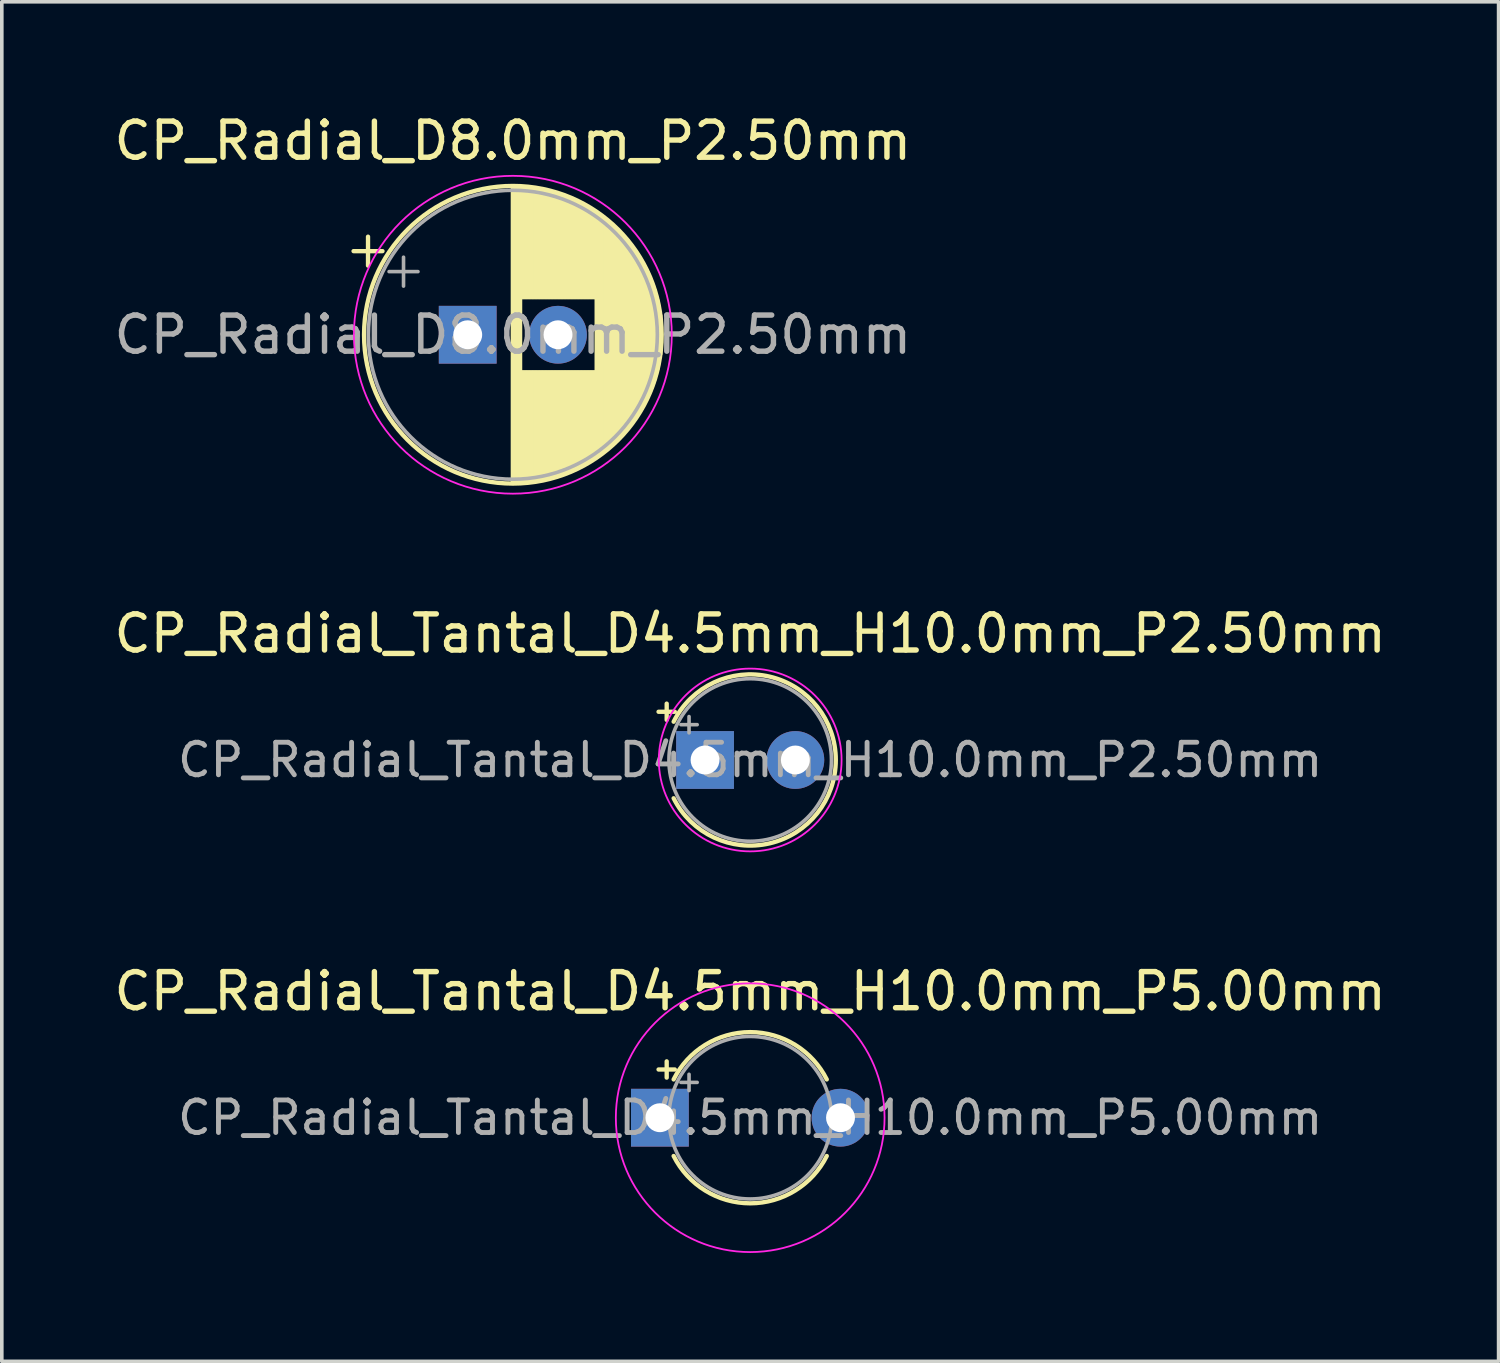
<source format=kicad_pcb>
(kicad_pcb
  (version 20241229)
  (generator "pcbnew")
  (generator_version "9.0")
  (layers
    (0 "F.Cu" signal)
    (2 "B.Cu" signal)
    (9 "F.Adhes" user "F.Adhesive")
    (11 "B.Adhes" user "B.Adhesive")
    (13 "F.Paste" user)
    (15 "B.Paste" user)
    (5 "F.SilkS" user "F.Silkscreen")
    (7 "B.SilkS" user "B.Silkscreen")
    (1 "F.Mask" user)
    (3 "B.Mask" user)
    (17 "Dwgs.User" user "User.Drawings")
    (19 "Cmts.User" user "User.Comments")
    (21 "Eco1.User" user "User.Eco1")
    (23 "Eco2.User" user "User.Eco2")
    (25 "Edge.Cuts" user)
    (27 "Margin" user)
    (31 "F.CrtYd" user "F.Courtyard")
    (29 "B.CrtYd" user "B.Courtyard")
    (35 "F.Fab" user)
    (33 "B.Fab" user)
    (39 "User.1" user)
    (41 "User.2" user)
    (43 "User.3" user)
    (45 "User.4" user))
  (footprint "CP_Radial_Tantal_D4.5mm_H10.0mm_P2.50mm"
    (layer "F.Cu")
    (at 16.47 17.991)
    (property "Reference" "CP_Radial_Tantal_D4.5mm_H10.0mm_P2.50mm" (at 1.25 -3.5 0) (layer "F.SilkS") (effects (font (size 1 1) (thickness 0.15))))
    (attr through_hole)
    (fp_line (start -1.287 -1.335) (end -0.837 -1.335) (stroke (width 0.12) (type solid)) (layer "F.SilkS"))
    (fp_line (start -1.062 -1.56) (end -1.062 -1.11) (stroke (width 0.12) (type solid)) (layer "F.SilkS"))
    (fp_arc (start -0.869741 -1.06) (mid 3.62 0) (end -0.869741 1.06) (stroke (width 0.12) (type solid)) (layer "F.SilkS"))
    (fp_circle (center 1.25 0) (end 3.78 0) (stroke (width 0.05) (type solid)) (fill no) (layer "F.CrtYd"))
    (fp_line (start -0.668 -0.978) (end -0.218 -0.978) (stroke (width 0.1) (type solid)) (layer "F.Fab"))
    (fp_line (start -0.443 -1.202) (end -0.443 -0.752) (stroke (width 0.1) (type solid)) (layer "F.Fab"))
    (fp_circle (center 1.25 0) (end 3.5 0) (stroke (width 0.1) (type solid)) (fill no) (layer "F.Fab"))
    (fp_text user "${REFERENCE}" (at 1.25 0 0) (layer "F.Fab") (effects (font (size 0.9 0.9) (thickness 0.135))))
    (pad "1" thru_hole rect (at 0 0) (size 1.6 1.6) (drill 0.8) (layers "*.Cu" "*.Mask"))
    (pad "2" thru_hole circle (at 2.5 0) (size 1.6 1.6) (drill 0.8) (layers "*.Cu" "*.Mask")))
  (footprint "CP_Radial_D8.0mm_P2.50mm"
    (layer "F.Cu")
    (at 9.899 6.218)
    (property "Reference" "CP_Radial_D8.0mm_P2.50mm" (at 1.25 -5.37 0) (layer "F.SilkS") (effects (font (size 1 1) (thickness 0.15))))
    (attr through_hole)
    (fp_line (start -3.16 -2.315) (end -2.36 -2.315) (stroke (width 0.12) (type solid)) (layer "F.SilkS"))
    (fp_line (start -2.76 -2.715) (end -2.76 -1.915) (stroke (width 0.12) (type solid)) (layer "F.SilkS"))
    (fp_line (start 1.25 -4.08) (end 1.25 4.08) (stroke (width 0.12) (type solid)) (layer "F.SilkS"))
    (fp_line (start 1.29 -4.08) (end 1.29 4.08) (stroke (width 0.12) (type solid)) (layer "F.SilkS"))
    (fp_line (start 1.33 -4.08) (end 1.33 4.08) (stroke (width 0.12) (type solid)) (layer "F.SilkS"))
    (fp_line (start 1.37 -4.079) (end 1.37 4.079) (stroke (width 0.12) (type solid)) (layer "F.SilkS"))
    (fp_line (start 1.41 -4.077) (end 1.41 4.077) (stroke (width 0.12) (type solid)) (layer "F.SilkS"))
    (fp_line (start 1.45 -4.076) (end 1.45 4.076) (stroke (width 0.12) (type solid)) (layer "F.SilkS"))
    (fp_line (start 1.49 -4.074) (end 1.49 -1.04) (stroke (width 0.12) (type solid)) (layer "F.SilkS"))
    (fp_line (start 1.49 1.04) (end 1.49 4.074) (stroke (width 0.12) (type solid)) (layer "F.SilkS"))
    (fp_line (start 1.53 -4.071) (end 1.53 -1.04) (stroke (width 0.12) (type solid)) (layer "F.SilkS"))
    (fp_line (start 1.53 1.04) (end 1.53 4.071) (stroke (width 0.12) (type solid)) (layer "F.SilkS"))
    (fp_line (start 1.57 -4.068) (end 1.57 -1.04) (stroke (width 0.12) (type solid)) (layer "F.SilkS"))
    (fp_line (start 1.57 1.04) (end 1.57 4.068) (stroke (width 0.12) (type solid)) (layer "F.SilkS"))
    (fp_line (start 1.61 -4.065) (end 1.61 -1.04) (stroke (width 0.12) (type solid)) (layer "F.SilkS"))
    (fp_line (start 1.61 1.04) (end 1.61 4.065) (stroke (width 0.12) (type solid)) (layer "F.SilkS"))
    (fp_line (start 1.65 -4.061) (end 1.65 -1.04) (stroke (width 0.12) (type solid)) (layer "F.SilkS"))
    (fp_line (start 1.65 1.04) (end 1.65 4.061) (stroke (width 0.12) (type solid)) (layer "F.SilkS"))
    (fp_line (start 1.69 -4.057) (end 1.69 -1.04) (stroke (width 0.12) (type solid)) (layer "F.SilkS"))
    (fp_line (start 1.69 1.04) (end 1.69 4.057) (stroke (width 0.12) (type solid)) (layer "F.SilkS"))
    (fp_line (start 1.73 -4.052) (end 1.73 -1.04) (stroke (width 0.12) (type solid)) (layer "F.SilkS"))
    (fp_line (start 1.73 1.04) (end 1.73 4.052) (stroke (width 0.12) (type solid)) (layer "F.SilkS"))
    (fp_line (start 1.77 -4.048) (end 1.77 -1.04) (stroke (width 0.12) (type solid)) (layer "F.SilkS"))
    (fp_line (start 1.77 1.04) (end 1.77 4.048) (stroke (width 0.12) (type solid)) (layer "F.SilkS"))
    (fp_line (start 1.81 -4.042) (end 1.81 -1.04) (stroke (width 0.12) (type solid)) (layer "F.SilkS"))
    (fp_line (start 1.81 1.04) (end 1.81 4.042) (stroke (width 0.12) (type solid)) (layer "F.SilkS"))
    (fp_line (start 1.85 -4.037) (end 1.85 -1.04) (stroke (width 0.12) (type solid)) (layer "F.SilkS"))
    (fp_line (start 1.85 1.04) (end 1.85 4.037) (stroke (width 0.12) (type solid)) (layer "F.SilkS"))
    (fp_line (start 1.89 -4.03) (end 1.89 -1.04) (stroke (width 0.12) (type solid)) (layer "F.SilkS"))
    (fp_line (start 1.89 1.04) (end 1.89 4.03) (stroke (width 0.12) (type solid)) (layer "F.SilkS"))
    (fp_line (start 1.93 -4.024) (end 1.93 -1.04) (stroke (width 0.12) (type solid)) (layer "F.SilkS"))
    (fp_line (start 1.93 1.04) (end 1.93 4.024) (stroke (width 0.12) (type solid)) (layer "F.SilkS"))
    (fp_line (start 1.971 -4.017) (end 1.971 -1.04) (stroke (width 0.12) (type solid)) (layer "F.SilkS"))
    (fp_line (start 1.971 1.04) (end 1.971 4.017) (stroke (width 0.12) (type solid)) (layer "F.SilkS"))
    (fp_line (start 2.011 -4.01) (end 2.011 -1.04) (stroke (width 0.12) (type solid)) (layer "F.SilkS"))
    (fp_line (start 2.011 1.04) (end 2.011 4.01) (stroke (width 0.12) (type solid)) (layer "F.SilkS"))
    (fp_line (start 2.051 -4.002) (end 2.051 -1.04) (stroke (width 0.12) (type solid)) (layer "F.SilkS"))
    (fp_line (start 2.051 1.04) (end 2.051 4.002) (stroke (width 0.12) (type solid)) (layer "F.SilkS"))
    (fp_line (start 2.091 -3.994) (end 2.091 -1.04) (stroke (width 0.12) (type solid)) (layer "F.SilkS"))
    (fp_line (start 2.091 1.04) (end 2.091 3.994) (stroke (width 0.12) (type solid)) (layer "F.SilkS"))
    (fp_line (start 2.131 -3.985) (end 2.131 -1.04) (stroke (width 0.12) (type solid)) (layer "F.SilkS"))
    (fp_line (start 2.131 1.04) (end 2.131 3.985) (stroke (width 0.12) (type solid)) (layer "F.SilkS"))
    (fp_line (start 2.171 -3.976) (end 2.171 -1.04) (stroke (width 0.12) (type solid)) (layer "F.SilkS"))
    (fp_line (start 2.171 1.04) (end 2.171 3.976) (stroke (width 0.12) (type solid)) (layer "F.SilkS"))
    (fp_line (start 2.211 -3.967) (end 2.211 -1.04) (stroke (width 0.12) (type solid)) (layer "F.SilkS"))
    (fp_line (start 2.211 1.04) (end 2.211 3.967) (stroke (width 0.12) (type solid)) (layer "F.SilkS"))
    (fp_line (start 2.251 -3.957) (end 2.251 -1.04) (stroke (width 0.12) (type solid)) (layer "F.SilkS"))
    (fp_line (start 2.251 1.04) (end 2.251 3.957) (stroke (width 0.12) (type solid)) (layer "F.SilkS"))
    (fp_line (start 2.291 -3.947) (end 2.291 -1.04) (stroke (width 0.12) (type solid)) (layer "F.SilkS"))
    (fp_line (start 2.291 1.04) (end 2.291 3.947) (stroke (width 0.12) (type solid)) (layer "F.SilkS"))
    (fp_line (start 2.331 -3.936) (end 2.331 -1.04) (stroke (width 0.12) (type solid)) (layer "F.SilkS"))
    (fp_line (start 2.331 1.04) (end 2.331 3.936) (stroke (width 0.12) (type solid)) (layer "F.SilkS"))
    (fp_line (start 2.371 -3.925) (end 2.371 -1.04) (stroke (width 0.12) (type solid)) (layer "F.SilkS"))
    (fp_line (start 2.371 1.04) (end 2.371 3.925) (stroke (width 0.12) (type solid)) (layer "F.SilkS"))
    (fp_line (start 2.411 -3.914) (end 2.411 -1.04) (stroke (width 0.12) (type solid)) (layer "F.SilkS"))
    (fp_line (start 2.411 1.04) (end 2.411 3.914) (stroke (width 0.12) (type solid)) (layer "F.SilkS"))
    (fp_line (start 2.451 -3.902) (end 2.451 -1.04) (stroke (width 0.12) (type solid)) (layer "F.SilkS"))
    (fp_line (start 2.451 1.04) (end 2.451 3.902) (stroke (width 0.12) (type solid)) (layer "F.SilkS"))
    (fp_line (start 2.491 -3.889) (end 2.491 -1.04) (stroke (width 0.12) (type solid)) (layer "F.SilkS"))
    (fp_line (start 2.491 1.04) (end 2.491 3.889) (stroke (width 0.12) (type solid)) (layer "F.SilkS"))
    (fp_line (start 2.531 -3.877) (end 2.531 -1.04) (stroke (width 0.12) (type solid)) (layer "F.SilkS"))
    (fp_line (start 2.531 1.04) (end 2.531 3.877) (stroke (width 0.12) (type solid)) (layer "F.SilkS"))
    (fp_line (start 2.571 -3.863) (end 2.571 -1.04) (stroke (width 0.12) (type solid)) (layer "F.SilkS"))
    (fp_line (start 2.571 1.04) (end 2.571 3.863) (stroke (width 0.12) (type solid)) (layer "F.SilkS"))
    (fp_line (start 2.611 -3.85) (end 2.611 -1.04) (stroke (width 0.12) (type solid)) (layer "F.SilkS"))
    (fp_line (start 2.611 1.04) (end 2.611 3.85) (stroke (width 0.12) (type solid)) (layer "F.SilkS"))
    (fp_line (start 2.651 -3.835) (end 2.651 -1.04) (stroke (width 0.12) (type solid)) (layer "F.SilkS"))
    (fp_line (start 2.651 1.04) (end 2.651 3.835) (stroke (width 0.12) (type solid)) (layer "F.SilkS"))
    (fp_line (start 2.691 -3.821) (end 2.691 -1.04) (stroke (width 0.12) (type solid)) (layer "F.SilkS"))
    (fp_line (start 2.691 1.04) (end 2.691 3.821) (stroke (width 0.12) (type solid)) (layer "F.SilkS"))
    (fp_line (start 2.731 -3.805) (end 2.731 -1.04) (stroke (width 0.12) (type solid)) (layer "F.SilkS"))
    (fp_line (start 2.731 1.04) (end 2.731 3.805) (stroke (width 0.12) (type solid)) (layer "F.SilkS"))
    (fp_line (start 2.771 -3.79) (end 2.771 -1.04) (stroke (width 0.12) (type solid)) (layer "F.SilkS"))
    (fp_line (start 2.771 1.04) (end 2.771 3.79) (stroke (width 0.12) (type solid)) (layer "F.SilkS"))
    (fp_line (start 2.811 -3.774) (end 2.811 -1.04) (stroke (width 0.12) (type solid)) (layer "F.SilkS"))
    (fp_line (start 2.811 1.04) (end 2.811 3.774) (stroke (width 0.12) (type solid)) (layer "F.SilkS"))
    (fp_line (start 2.851 -3.757) (end 2.851 -1.04) (stroke (width 0.12) (type solid)) (layer "F.SilkS"))
    (fp_line (start 2.851 1.04) (end 2.851 3.757) (stroke (width 0.12) (type solid)) (layer "F.SilkS"))
    (fp_line (start 2.891 -3.74) (end 2.891 -1.04) (stroke (width 0.12) (type solid)) (layer "F.SilkS"))
    (fp_line (start 2.891 1.04) (end 2.891 3.74) (stroke (width 0.12) (type solid)) (layer "F.SilkS"))
    (fp_line (start 2.931 -3.722) (end 2.931 -1.04) (stroke (width 0.12) (type solid)) (layer "F.SilkS"))
    (fp_line (start 2.931 1.04) (end 2.931 3.722) (stroke (width 0.12) (type solid)) (layer "F.SilkS"))
    (fp_line (start 2.971 -3.704) (end 2.971 -1.04) (stroke (width 0.12) (type solid)) (layer "F.SilkS"))
    (fp_line (start 2.971 1.04) (end 2.971 3.704) (stroke (width 0.12) (type solid)) (layer "F.SilkS"))
    (fp_line (start 3.011 -3.686) (end 3.011 -1.04) (stroke (width 0.12) (type solid)) (layer "F.SilkS"))
    (fp_line (start 3.011 1.04) (end 3.011 3.686) (stroke (width 0.12) (type solid)) (layer "F.SilkS"))
    (fp_line (start 3.051 -3.666) (end 3.051 -1.04) (stroke (width 0.12) (type solid)) (layer "F.SilkS"))
    (fp_line (start 3.051 1.04) (end 3.051 3.666) (stroke (width 0.12) (type solid)) (layer "F.SilkS"))
    (fp_line (start 3.091 -3.647) (end 3.091 -1.04) (stroke (width 0.12) (type solid)) (layer "F.SilkS"))
    (fp_line (start 3.091 1.04) (end 3.091 3.647) (stroke (width 0.12) (type solid)) (layer "F.SilkS"))
    (fp_line (start 3.131 -3.627) (end 3.131 -1.04) (stroke (width 0.12) (type solid)) (layer "F.SilkS"))
    (fp_line (start 3.131 1.04) (end 3.131 3.627) (stroke (width 0.12) (type solid)) (layer "F.SilkS"))
    (fp_line (start 3.171 -3.606) (end 3.171 -1.04) (stroke (width 0.12) (type solid)) (layer "F.SilkS"))
    (fp_line (start 3.171 1.04) (end 3.171 3.606) (stroke (width 0.12) (type solid)) (layer "F.SilkS"))
    (fp_line (start 3.211 -3.584) (end 3.211 -1.04) (stroke (width 0.12) (type solid)) (layer "F.SilkS"))
    (fp_line (start 3.211 1.04) (end 3.211 3.584) (stroke (width 0.12) (type solid)) (layer "F.SilkS"))
    (fp_line (start 3.251 -3.562) (end 3.251 -1.04) (stroke (width 0.12) (type solid)) (layer "F.SilkS"))
    (fp_line (start 3.251 1.04) (end 3.251 3.562) (stroke (width 0.12) (type solid)) (layer "F.SilkS"))
    (fp_line (start 3.291 -3.54) (end 3.291 -1.04) (stroke (width 0.12) (type solid)) (layer "F.SilkS"))
    (fp_line (start 3.291 1.04) (end 3.291 3.54) (stroke (width 0.12) (type solid)) (layer "F.SilkS"))
    (fp_line (start 3.331 -3.517) (end 3.331 -1.04) (stroke (width 0.12) (type solid)) (layer "F.SilkS"))
    (fp_line (start 3.331 1.04) (end 3.331 3.517) (stroke (width 0.12) (type solid)) (layer "F.SilkS"))
    (fp_line (start 3.371 -3.493) (end 3.371 -1.04) (stroke (width 0.12) (type solid)) (layer "F.SilkS"))
    (fp_line (start 3.371 1.04) (end 3.371 3.493) (stroke (width 0.12) (type solid)) (layer "F.SilkS"))
    (fp_line (start 3.411 -3.469) (end 3.411 -1.04) (stroke (width 0.12) (type solid)) (layer "F.SilkS"))
    (fp_line (start 3.411 1.04) (end 3.411 3.469) (stroke (width 0.12) (type solid)) (layer "F.SilkS"))
    (fp_line (start 3.451 -3.444) (end 3.451 -1.04) (stroke (width 0.12) (type solid)) (layer "F.SilkS"))
    (fp_line (start 3.451 1.04) (end 3.451 3.444) (stroke (width 0.12) (type solid)) (layer "F.SilkS"))
    (fp_line (start 3.491 -3.418) (end 3.491 -1.04) (stroke (width 0.12) (type solid)) (layer "F.SilkS"))
    (fp_line (start 3.491 1.04) (end 3.491 3.418) (stroke (width 0.12) (type solid)) (layer "F.SilkS"))
    (fp_line (start 3.531 -3.392) (end 3.531 -1.04) (stroke (width 0.12) (type solid)) (layer "F.SilkS"))
    (fp_line (start 3.531 1.04) (end 3.531 3.392) (stroke (width 0.12) (type solid)) (layer "F.SilkS"))
    (fp_line (start 3.571 -3.365) (end 3.571 3.365) (stroke (width 0.12) (type solid)) (layer "F.SilkS"))
    (fp_line (start 3.611 -3.338) (end 3.611 3.338) (stroke (width 0.12) (type solid)) (layer "F.SilkS"))
    (fp_line (start 3.651 -3.309) (end 3.651 3.309) (stroke (width 0.12) (type solid)) (layer "F.SilkS"))
    (fp_line (start 3.691 -3.28) (end 3.691 3.28) (stroke (width 0.12) (type solid)) (layer "F.SilkS"))
    (fp_line (start 3.731 -3.25) (end 3.731 3.25) (stroke (width 0.12) (type solid)) (layer "F.SilkS"))
    (fp_line (start 3.771 -3.22) (end 3.771 3.22) (stroke (width 0.12) (type solid)) (layer "F.SilkS"))
    (fp_line (start 3.811 -3.189) (end 3.811 3.189) (stroke (width 0.12) (type solid)) (layer "F.SilkS"))
    (fp_line (start 3.851 -3.156) (end 3.851 3.156) (stroke (width 0.12) (type solid)) (layer "F.SilkS"))
    (fp_line (start 3.891 -3.124) (end 3.891 3.124) (stroke (width 0.12) (type solid)) (layer "F.SilkS"))
    (fp_line (start 3.931 -3.09) (end 3.931 3.09) (stroke (width 0.12) (type solid)) (layer "F.SilkS"))
    (fp_line (start 3.971 -3.055) (end 3.971 3.055) (stroke (width 0.12) (type solid)) (layer "F.SilkS"))
    (fp_line (start 4.011 -3.019) (end 4.011 3.019) (stroke (width 0.12) (type solid)) (layer "F.SilkS"))
    (fp_line (start 4.051 -2.983) (end 4.051 2.983) (stroke (width 0.12) (type solid)) (layer "F.SilkS"))
    (fp_line (start 4.091 -2.945) (end 4.091 2.945) (stroke (width 0.12) (type solid)) (layer "F.SilkS"))
    (fp_line (start 4.131 -2.907) (end 4.131 2.907) (stroke (width 0.12) (type solid)) (layer "F.SilkS"))
    (fp_line (start 4.171 -2.867) (end 4.171 2.867) (stroke (width 0.12) (type solid)) (layer "F.SilkS"))
    (fp_line (start 4.211 -2.826) (end 4.211 2.826) (stroke (width 0.12) (type solid)) (layer "F.SilkS"))
    (fp_line (start 4.251 -2.784) (end 4.251 2.784) (stroke (width 0.12) (type solid)) (layer "F.SilkS"))
    (fp_line (start 4.291 -2.741) (end 4.291 2.741) (stroke (width 0.12) (type solid)) (layer "F.SilkS"))
    (fp_line (start 4.331 -2.697) (end 4.331 2.697) (stroke (width 0.12) (type solid)) (layer "F.SilkS"))
    (fp_line (start 4.371 -2.651) (end 4.371 2.651) (stroke (width 0.12) (type solid)) (layer "F.SilkS"))
    (fp_line (start 4.411 -2.604) (end 4.411 2.604) (stroke (width 0.12) (type solid)) (layer "F.SilkS"))
    (fp_line (start 4.451 -2.556) (end 4.451 2.556) (stroke (width 0.12) (type solid)) (layer "F.SilkS"))
    (fp_line (start 4.491 -2.505) (end 4.491 2.505) (stroke (width 0.12) (type solid)) (layer "F.SilkS"))
    (fp_line (start 4.531 -2.454) (end 4.531 2.454) (stroke (width 0.12) (type solid)) (layer "F.SilkS"))
    (fp_line (start 4.571 -2.4) (end 4.571 2.4) (stroke (width 0.12) (type solid)) (layer "F.SilkS"))
    (fp_line (start 4.611 -2.345) (end 4.611 2.345) (stroke (width 0.12) (type solid)) (layer "F.SilkS"))
    (fp_line (start 4.651 -2.287) (end 4.651 2.287) (stroke (width 0.12) (type solid)) (layer "F.SilkS"))
    (fp_line (start 4.691 -2.228) (end 4.691 2.228) (stroke (width 0.12) (type solid)) (layer "F.SilkS"))
    (fp_line (start 4.731 -2.166) (end 4.731 2.166) (stroke (width 0.12) (type solid)) (layer "F.SilkS"))
    (fp_line (start 4.771 -2.102) (end 4.771 2.102) (stroke (width 0.12) (type solid)) (layer "F.SilkS"))
    (fp_line (start 4.811 -2.034) (end 4.811 2.034) (stroke (width 0.12) (type solid)) (layer "F.SilkS"))
    (fp_line (start 4.851 -1.964) (end 4.851 1.964) (stroke (width 0.12) (type solid)) (layer "F.SilkS"))
    (fp_line (start 4.891 -1.89) (end 4.891 1.89) (stroke (width 0.12) (type solid)) (layer "F.SilkS"))
    (fp_line (start 4.931 -1.813) (end 4.931 1.813) (stroke (width 0.12) (type solid)) (layer "F.SilkS"))
    (fp_line (start 4.971 -1.731) (end 4.971 1.731) (stroke (width 0.12) (type solid)) (layer "F.SilkS"))
    (fp_line (start 5.011 -1.645) (end 5.011 1.645) (stroke (width 0.12) (type solid)) (layer "F.SilkS"))
    (fp_line (start 5.051 -1.552) (end 5.051 1.552) (stroke (width 0.12) (type solid)) (layer "F.SilkS"))
    (fp_line (start 5.091 -1.453) (end 5.091 1.453) (stroke (width 0.12) (type solid)) (layer "F.SilkS"))
    (fp_line (start 5.131 -1.346) (end 5.131 1.346) (stroke (width 0.12) (type solid)) (layer "F.SilkS"))
    (fp_line (start 5.171 -1.229) (end 5.171 1.229) (stroke (width 0.12) (type solid)) (layer "F.SilkS"))
    (fp_line (start 5.211 -1.098) (end 5.211 1.098) (stroke (width 0.12) (type solid)) (layer "F.SilkS"))
    (fp_line (start 5.251 -0.948) (end 5.251 0.948) (stroke (width 0.12) (type solid)) (layer "F.SilkS"))
    (fp_line (start 5.291 -0.768) (end 5.291 0.768) (stroke (width 0.12) (type solid)) (layer "F.SilkS"))
    (fp_line (start 5.331 -0.533) (end 5.331 0.533) (stroke (width 0.12) (type solid)) (layer "F.SilkS"))
    (fp_circle (center 1.25 0) (end 5.37 0) (stroke (width 0.12) (type solid)) (fill no) (layer "F.SilkS"))
    (fp_circle (center 1.25 0) (end 5.65 0) (stroke (width 0.05) (type solid)) (fill no) (layer "F.CrtYd"))
    (fp_line (start -2.177 -1.748) (end -1.377 -1.748) (stroke (width 0.1) (type solid)) (layer "F.Fab"))
    (fp_line (start -1.777 -2.147) (end -1.777 -1.347) (stroke (width 0.1) (type solid)) (layer "F.Fab"))
    (fp_circle (center 1.25 0) (end 5.25 0) (stroke (width 0.1) (type solid)) (fill no) (layer "F.Fab"))
    (fp_text user "${REFERENCE}" (at 1.25 0 0) (layer "F.Fab") (effects (font (size 1 1) (thickness 0.15))))
    (pad "1" thru_hole rect (at 0 0) (size 1.6 1.6) (drill 0.8) (layers "*.Cu" "*.Mask"))
    (pad "2" thru_hole circle (at 2.5 0) (size 1.6 1.6) (drill 0.8) (layers "*.Cu" "*.Mask")))
  (footprint "CP_Radial_Tantal_D4.5mm_H10.0mm_P5.00mm"
    (layer "F.Cu")
    (at 15.22 27.895)
    (property "Reference" "CP_Radial_Tantal_D4.5mm_H10.0mm_P5.00mm" (at 2.5 -3.5 0) (layer "F.SilkS") (effects (font (size 1 1) (thickness 0.15))))
    (attr through_hole)
    (fp_line (start -0.037 -1.335) (end 0.413 -1.335) (stroke (width 0.12) (type solid)) (layer "F.SilkS"))
    (fp_line (start 0.188 -1.56) (end 0.188 -1.11) (stroke (width 0.12) (type solid)) (layer "F.SilkS"))
    (fp_arc (start 0.380259 -1.06) (mid 2.5 -2.37) (end 4.619741 -1.06) (stroke (width 0.12) (type solid)) (layer "F.SilkS"))
    (fp_arc (start 4.619741 1.06) (mid 2.5 2.37) (end 0.380259 1.06) (stroke (width 0.12) (type solid)) (layer "F.SilkS"))
    (fp_circle (center 2.5 0) (end 6.22 0) (stroke (width 0.05) (type solid)) (fill no) (layer "F.CrtYd"))
    (fp_line (start 0.582 -0.978) (end 1.032 -0.978) (stroke (width 0.1) (type solid)) (layer "F.Fab"))
    (fp_line (start 0.807 -1.202) (end 0.807 -0.752) (stroke (width 0.1) (type solid)) (layer "F.Fab"))
    (fp_circle (center 2.5 0) (end 4.75 0) (stroke (width 0.1) (type solid)) (fill no) (layer "F.Fab"))
    (fp_text user "${REFERENCE}" (at 2.5 0 0) (layer "F.Fab") (effects (font (size 0.9 0.9) (thickness 0.135))))
    (pad "1" thru_hole rect (at 0 0) (size 1.6 1.6) (drill 0.8) (layers "*.Cu" "*.Mask"))
    (pad "2" thru_hole circle (at 5 0) (size 1.6 1.6) (drill 0.8) (layers "*.Cu" "*.Mask")))
  (gr_rect
    (start -3 -3)
    (end 38.44 34.64)
    (stroke (width 0.1) (type default))
    (fill no)
    (layer "Edge.Cuts")))
</source>
